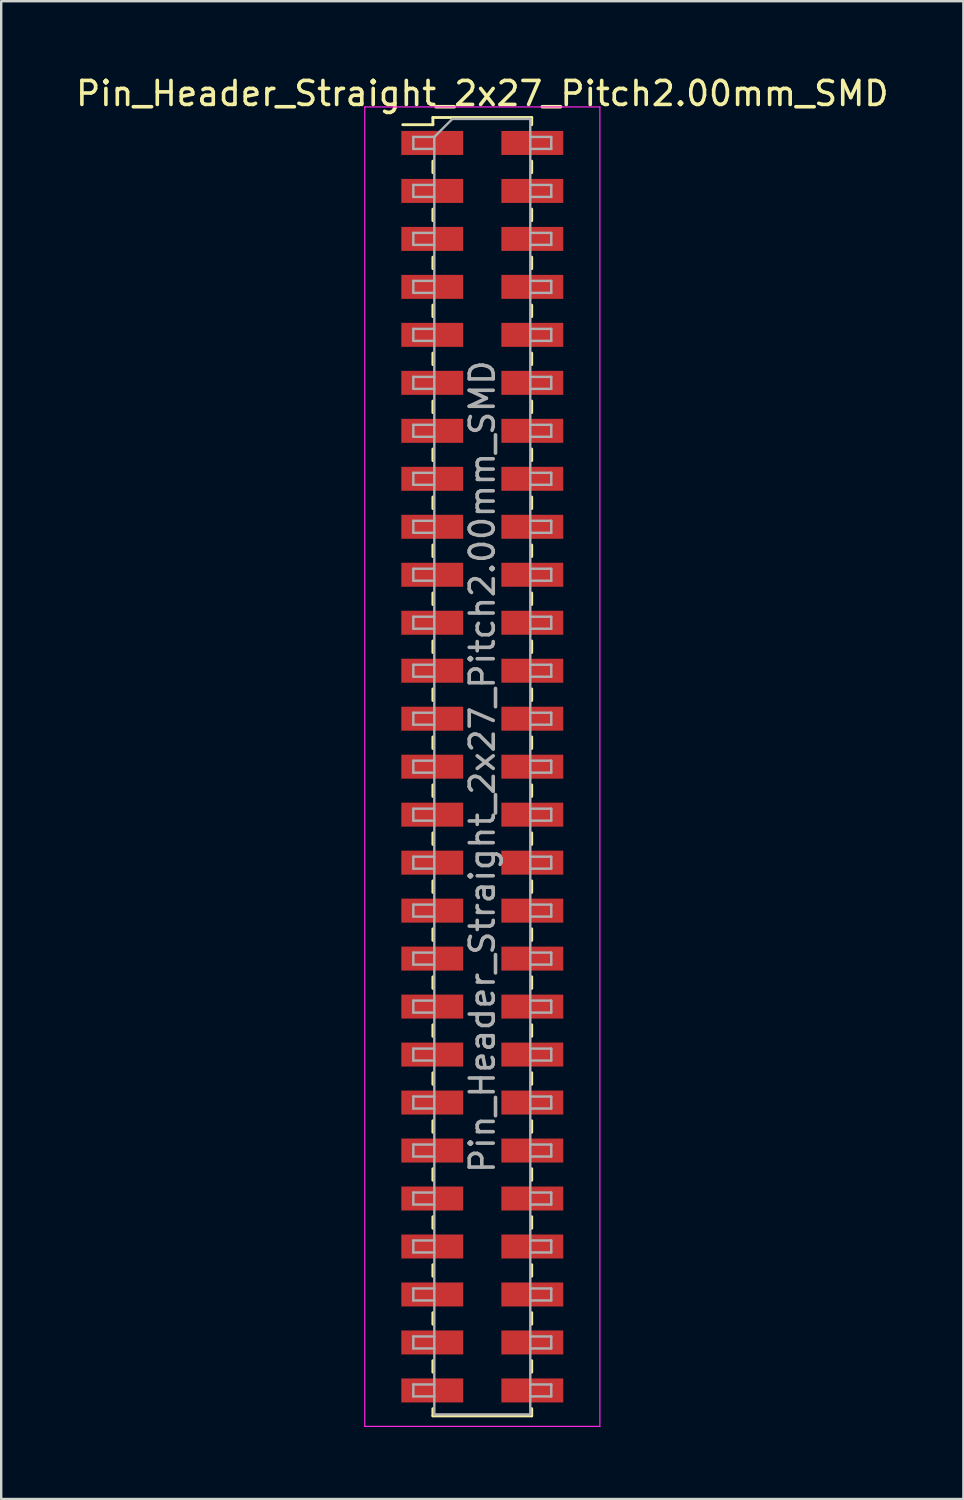
<source format=kicad_pcb>
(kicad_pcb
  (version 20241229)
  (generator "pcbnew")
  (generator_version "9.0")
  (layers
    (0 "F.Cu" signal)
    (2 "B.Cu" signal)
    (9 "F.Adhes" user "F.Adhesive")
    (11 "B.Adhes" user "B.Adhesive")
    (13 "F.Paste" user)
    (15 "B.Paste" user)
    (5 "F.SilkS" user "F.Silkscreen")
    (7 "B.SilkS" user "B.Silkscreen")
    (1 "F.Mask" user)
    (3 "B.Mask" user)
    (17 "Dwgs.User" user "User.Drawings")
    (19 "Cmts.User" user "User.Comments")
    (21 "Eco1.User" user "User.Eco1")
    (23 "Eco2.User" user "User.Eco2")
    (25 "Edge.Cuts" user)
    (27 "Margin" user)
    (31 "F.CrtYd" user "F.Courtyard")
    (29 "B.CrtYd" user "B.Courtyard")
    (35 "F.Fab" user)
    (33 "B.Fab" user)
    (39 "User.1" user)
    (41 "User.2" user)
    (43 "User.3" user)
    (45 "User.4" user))
  (footprint "Pin_Header_Straight_2x27_Pitch2.00mm_SMD"
    (layer "F.Cu")
    (at 17.054 28.908)
    (property "Reference" "Pin_Header_Straight_2x27_Pitch2.00mm_SMD" (at 0 -28.06 0) (layer "F.SilkS") (effects (font (size 1 1) (thickness 0.15))))
    (attr smd)
    (fp_line (start -3.315 -26.76) (end -2.06 -26.76) (stroke (width 0.12) (type solid)) (layer "F.SilkS"))
    (fp_line (start -2.06 -27.06) (end -2.06 -26.76) (stroke (width 0.12) (type solid)) (layer "F.SilkS"))
    (fp_line (start -2.06 -27.06) (end 2.06 -27.06) (stroke (width 0.12) (type solid)) (layer "F.SilkS"))
    (fp_line (start -2.06 -25.24) (end -2.06 -24.76) (stroke (width 0.12) (type solid)) (layer "F.SilkS"))
    (fp_line (start -2.06 -23.24) (end -2.06 -22.76) (stroke (width 0.12) (type solid)) (layer "F.SilkS"))
    (fp_line (start -2.06 -21.24) (end -2.06 -20.76) (stroke (width 0.12) (type solid)) (layer "F.SilkS"))
    (fp_line (start -2.06 -19.24) (end -2.06 -18.76) (stroke (width 0.12) (type solid)) (layer "F.SilkS"))
    (fp_line (start -2.06 -17.24) (end -2.06 -16.76) (stroke (width 0.12) (type solid)) (layer "F.SilkS"))
    (fp_line (start -2.06 -15.24) (end -2.06 -14.76) (stroke (width 0.12) (type solid)) (layer "F.SilkS"))
    (fp_line (start -2.06 -13.24) (end -2.06 -12.76) (stroke (width 0.12) (type solid)) (layer "F.SilkS"))
    (fp_line (start -2.06 -11.24) (end -2.06 -10.76) (stroke (width 0.12) (type solid)) (layer "F.SilkS"))
    (fp_line (start -2.06 -9.24) (end -2.06 -8.76) (stroke (width 0.12) (type solid)) (layer "F.SilkS"))
    (fp_line (start -2.06 -7.24) (end -2.06 -6.76) (stroke (width 0.12) (type solid)) (layer "F.SilkS"))
    (fp_line (start -2.06 -5.24) (end -2.06 -4.76) (stroke (width 0.12) (type solid)) (layer "F.SilkS"))
    (fp_line (start -2.06 -3.24) (end -2.06 -2.76) (stroke (width 0.12) (type solid)) (layer "F.SilkS"))
    (fp_line (start -2.06 -1.24) (end -2.06 -0.76) (stroke (width 0.12) (type solid)) (layer "F.SilkS"))
    (fp_line (start -2.06 0.76) (end -2.06 1.24) (stroke (width 0.12) (type solid)) (layer "F.SilkS"))
    (fp_line (start -2.06 2.76) (end -2.06 3.24) (stroke (width 0.12) (type solid)) (layer "F.SilkS"))
    (fp_line (start -2.06 4.76) (end -2.06 5.24) (stroke (width 0.12) (type solid)) (layer "F.SilkS"))
    (fp_line (start -2.06 6.76) (end -2.06 7.24) (stroke (width 0.12) (type solid)) (layer "F.SilkS"))
    (fp_line (start -2.06 8.76) (end -2.06 9.24) (stroke (width 0.12) (type solid)) (layer "F.SilkS"))
    (fp_line (start -2.06 10.76) (end -2.06 11.24) (stroke (width 0.12) (type solid)) (layer "F.SilkS"))
    (fp_line (start -2.06 12.76) (end -2.06 13.24) (stroke (width 0.12) (type solid)) (layer "F.SilkS"))
    (fp_line (start -2.06 14.76) (end -2.06 15.24) (stroke (width 0.12) (type solid)) (layer "F.SilkS"))
    (fp_line (start -2.06 16.76) (end -2.06 17.24) (stroke (width 0.12) (type solid)) (layer "F.SilkS"))
    (fp_line (start -2.06 18.76) (end -2.06 19.24) (stroke (width 0.12) (type solid)) (layer "F.SilkS"))
    (fp_line (start -2.06 20.76) (end -2.06 21.24) (stroke (width 0.12) (type solid)) (layer "F.SilkS"))
    (fp_line (start -2.06 22.76) (end -2.06 23.24) (stroke (width 0.12) (type solid)) (layer "F.SilkS"))
    (fp_line (start -2.06 24.76) (end -2.06 25.24) (stroke (width 0.12) (type solid)) (layer "F.SilkS"))
    (fp_line (start -2.06 26.76) (end -2.06 27.06) (stroke (width 0.12) (type solid)) (layer "F.SilkS"))
    (fp_line (start -2.06 27.06) (end 2.06 27.06) (stroke (width 0.12) (type solid)) (layer "F.SilkS"))
    (fp_line (start 2.06 -27.06) (end 2.06 -26.76) (stroke (width 0.12) (type solid)) (layer "F.SilkS"))
    (fp_line (start 2.06 -25.24) (end 2.06 -24.76) (stroke (width 0.12) (type solid)) (layer "F.SilkS"))
    (fp_line (start 2.06 -23.24) (end 2.06 -22.76) (stroke (width 0.12) (type solid)) (layer "F.SilkS"))
    (fp_line (start 2.06 -21.24) (end 2.06 -20.76) (stroke (width 0.12) (type solid)) (layer "F.SilkS"))
    (fp_line (start 2.06 -19.24) (end 2.06 -18.76) (stroke (width 0.12) (type solid)) (layer "F.SilkS"))
    (fp_line (start 2.06 -17.24) (end 2.06 -16.76) (stroke (width 0.12) (type solid)) (layer "F.SilkS"))
    (fp_line (start 2.06 -15.24) (end 2.06 -14.76) (stroke (width 0.12) (type solid)) (layer "F.SilkS"))
    (fp_line (start 2.06 -13.24) (end 2.06 -12.76) (stroke (width 0.12) (type solid)) (layer "F.SilkS"))
    (fp_line (start 2.06 -11.24) (end 2.06 -10.76) (stroke (width 0.12) (type solid)) (layer "F.SilkS"))
    (fp_line (start 2.06 -9.24) (end 2.06 -8.76) (stroke (width 0.12) (type solid)) (layer "F.SilkS"))
    (fp_line (start 2.06 -7.24) (end 2.06 -6.76) (stroke (width 0.12) (type solid)) (layer "F.SilkS"))
    (fp_line (start 2.06 -5.24) (end 2.06 -4.76) (stroke (width 0.12) (type solid)) (layer "F.SilkS"))
    (fp_line (start 2.06 -3.24) (end 2.06 -2.76) (stroke (width 0.12) (type solid)) (layer "F.SilkS"))
    (fp_line (start 2.06 -1.24) (end 2.06 -0.76) (stroke (width 0.12) (type solid)) (layer "F.SilkS"))
    (fp_line (start 2.06 0.76) (end 2.06 1.24) (stroke (width 0.12) (type solid)) (layer "F.SilkS"))
    (fp_line (start 2.06 2.76) (end 2.06 3.24) (stroke (width 0.12) (type solid)) (layer "F.SilkS"))
    (fp_line (start 2.06 4.76) (end 2.06 5.24) (stroke (width 0.12) (type solid)) (layer "F.SilkS"))
    (fp_line (start 2.06 6.76) (end 2.06 7.24) (stroke (width 0.12) (type solid)) (layer "F.SilkS"))
    (fp_line (start 2.06 8.76) (end 2.06 9.24) (stroke (width 0.12) (type solid)) (layer "F.SilkS"))
    (fp_line (start 2.06 10.76) (end 2.06 11.24) (stroke (width 0.12) (type solid)) (layer "F.SilkS"))
    (fp_line (start 2.06 12.76) (end 2.06 13.24) (stroke (width 0.12) (type solid)) (layer "F.SilkS"))
    (fp_line (start 2.06 14.76) (end 2.06 15.24) (stroke (width 0.12) (type solid)) (layer "F.SilkS"))
    (fp_line (start 2.06 16.76) (end 2.06 17.24) (stroke (width 0.12) (type solid)) (layer "F.SilkS"))
    (fp_line (start 2.06 18.76) (end 2.06 19.24) (stroke (width 0.12) (type solid)) (layer "F.SilkS"))
    (fp_line (start 2.06 20.76) (end 2.06 21.24) (stroke (width 0.12) (type solid)) (layer "F.SilkS"))
    (fp_line (start 2.06 22.76) (end 2.06 23.24) (stroke (width 0.12) (type solid)) (layer "F.SilkS"))
    (fp_line (start 2.06 24.76) (end 2.06 25.24) (stroke (width 0.12) (type solid)) (layer "F.SilkS"))
    (fp_line (start 2.06 26.76) (end 2.06 27.06) (stroke (width 0.12) (type solid)) (layer "F.SilkS"))
    (fp_line (start -4.9 -27.5) (end -4.9 27.5) (stroke (width 0.05) (type solid)) (layer "F.CrtYd"))
    (fp_line (start -4.9 27.5) (end 4.9 27.5) (stroke (width 0.05) (type solid)) (layer "F.CrtYd"))
    (fp_line (start 4.9 -27.5) (end -4.9 -27.5) (stroke (width 0.05) (type solid)) (layer "F.CrtYd"))
    (fp_line (start 4.9 27.5) (end 4.9 -27.5) (stroke (width 0.05) (type solid)) (layer "F.CrtYd"))
    (fp_line (start -2.875 -26.25) (end -2.875 -25.75) (stroke (width 0.1) (type solid)) (layer "F.Fab"))
    (fp_line (start -2.875 -25.75) (end -2 -25.75) (stroke (width 0.1) (type solid)) (layer "F.Fab"))
    (fp_line (start -2.875 -24.25) (end -2.875 -23.75) (stroke (width 0.1) (type solid)) (layer "F.Fab"))
    (fp_line (start -2.875 -23.75) (end -2 -23.75) (stroke (width 0.1) (type solid)) (layer "F.Fab"))
    (fp_line (start -2.875 -22.25) (end -2.875 -21.75) (stroke (width 0.1) (type solid)) (layer "F.Fab"))
    (fp_line (start -2.875 -21.75) (end -2 -21.75) (stroke (width 0.1) (type solid)) (layer "F.Fab"))
    (fp_line (start -2.875 -20.25) (end -2.875 -19.75) (stroke (width 0.1) (type solid)) (layer "F.Fab"))
    (fp_line (start -2.875 -19.75) (end -2 -19.75) (stroke (width 0.1) (type solid)) (layer "F.Fab"))
    (fp_line (start -2.875 -18.25) (end -2.875 -17.75) (stroke (width 0.1) (type solid)) (layer "F.Fab"))
    (fp_line (start -2.875 -17.75) (end -2 -17.75) (stroke (width 0.1) (type solid)) (layer "F.Fab"))
    (fp_line (start -2.875 -16.25) (end -2.875 -15.75) (stroke (width 0.1) (type solid)) (layer "F.Fab"))
    (fp_line (start -2.875 -15.75) (end -2 -15.75) (stroke (width 0.1) (type solid)) (layer "F.Fab"))
    (fp_line (start -2.875 -14.25) (end -2.875 -13.75) (stroke (width 0.1) (type solid)) (layer "F.Fab"))
    (fp_line (start -2.875 -13.75) (end -2 -13.75) (stroke (width 0.1) (type solid)) (layer "F.Fab"))
    (fp_line (start -2.875 -12.25) (end -2.875 -11.75) (stroke (width 0.1) (type solid)) (layer "F.Fab"))
    (fp_line (start -2.875 -11.75) (end -2 -11.75) (stroke (width 0.1) (type solid)) (layer "F.Fab"))
    (fp_line (start -2.875 -10.25) (end -2.875 -9.75) (stroke (width 0.1) (type solid)) (layer "F.Fab"))
    (fp_line (start -2.875 -9.75) (end -2 -9.75) (stroke (width 0.1) (type solid)) (layer "F.Fab"))
    (fp_line (start -2.875 -8.25) (end -2.875 -7.75) (stroke (width 0.1) (type solid)) (layer "F.Fab"))
    (fp_line (start -2.875 -7.75) (end -2 -7.75) (stroke (width 0.1) (type solid)) (layer "F.Fab"))
    (fp_line (start -2.875 -6.25) (end -2.875 -5.75) (stroke (width 0.1) (type solid)) (layer "F.Fab"))
    (fp_line (start -2.875 -5.75) (end -2 -5.75) (stroke (width 0.1) (type solid)) (layer "F.Fab"))
    (fp_line (start -2.875 -4.25) (end -2.875 -3.75) (stroke (width 0.1) (type solid)) (layer "F.Fab"))
    (fp_line (start -2.875 -3.75) (end -2 -3.75) (stroke (width 0.1) (type solid)) (layer "F.Fab"))
    (fp_line (start -2.875 -2.25) (end -2.875 -1.75) (stroke (width 0.1) (type solid)) (layer "F.Fab"))
    (fp_line (start -2.875 -1.75) (end -2 -1.75) (stroke (width 0.1) (type solid)) (layer "F.Fab"))
    (fp_line (start -2.875 -0.25) (end -2.875 0.25) (stroke (width 0.1) (type solid)) (layer "F.Fab"))
    (fp_line (start -2.875 0.25) (end -2 0.25) (stroke (width 0.1) (type solid)) (layer "F.Fab"))
    (fp_line (start -2.875 1.75) (end -2.875 2.25) (stroke (width 0.1) (type solid)) (layer "F.Fab"))
    (fp_line (start -2.875 2.25) (end -2 2.25) (stroke (width 0.1) (type solid)) (layer "F.Fab"))
    (fp_line (start -2.875 3.75) (end -2.875 4.25) (stroke (width 0.1) (type solid)) (layer "F.Fab"))
    (fp_line (start -2.875 4.25) (end -2 4.25) (stroke (width 0.1) (type solid)) (layer "F.Fab"))
    (fp_line (start -2.875 5.75) (end -2.875 6.25) (stroke (width 0.1) (type solid)) (layer "F.Fab"))
    (fp_line (start -2.875 6.25) (end -2 6.25) (stroke (width 0.1) (type solid)) (layer "F.Fab"))
    (fp_line (start -2.875 7.75) (end -2.875 8.25) (stroke (width 0.1) (type solid)) (layer "F.Fab"))
    (fp_line (start -2.875 8.25) (end -2 8.25) (stroke (width 0.1) (type solid)) (layer "F.Fab"))
    (fp_line (start -2.875 9.75) (end -2.875 10.25) (stroke (width 0.1) (type solid)) (layer "F.Fab"))
    (fp_line (start -2.875 10.25) (end -2 10.25) (stroke (width 0.1) (type solid)) (layer "F.Fab"))
    (fp_line (start -2.875 11.75) (end -2.875 12.25) (stroke (width 0.1) (type solid)) (layer "F.Fab"))
    (fp_line (start -2.875 12.25) (end -2 12.25) (stroke (width 0.1) (type solid)) (layer "F.Fab"))
    (fp_line (start -2.875 13.75) (end -2.875 14.25) (stroke (width 0.1) (type solid)) (layer "F.Fab"))
    (fp_line (start -2.875 14.25) (end -2 14.25) (stroke (width 0.1) (type solid)) (layer "F.Fab"))
    (fp_line (start -2.875 15.75) (end -2.875 16.25) (stroke (width 0.1) (type solid)) (layer "F.Fab"))
    (fp_line (start -2.875 16.25) (end -2 16.25) (stroke (width 0.1) (type solid)) (layer "F.Fab"))
    (fp_line (start -2.875 17.75) (end -2.875 18.25) (stroke (width 0.1) (type solid)) (layer "F.Fab"))
    (fp_line (start -2.875 18.25) (end -2 18.25) (stroke (width 0.1) (type solid)) (layer "F.Fab"))
    (fp_line (start -2.875 19.75) (end -2.875 20.25) (stroke (width 0.1) (type solid)) (layer "F.Fab"))
    (fp_line (start -2.875 20.25) (end -2 20.25) (stroke (width 0.1) (type solid)) (layer "F.Fab"))
    (fp_line (start -2.875 21.75) (end -2.875 22.25) (stroke (width 0.1) (type solid)) (layer "F.Fab"))
    (fp_line (start -2.875 22.25) (end -2 22.25) (stroke (width 0.1) (type solid)) (layer "F.Fab"))
    (fp_line (start -2.875 23.75) (end -2.875 24.25) (stroke (width 0.1) (type solid)) (layer "F.Fab"))
    (fp_line (start -2.875 24.25) (end -2 24.25) (stroke (width 0.1) (type solid)) (layer "F.Fab"))
    (fp_line (start -2.875 25.75) (end -2.875 26.25) (stroke (width 0.1) (type solid)) (layer "F.Fab"))
    (fp_line (start -2.875 26.25) (end -2 26.25) (stroke (width 0.1) (type solid)) (layer "F.Fab"))
    (fp_line (start -2 -26.25) (end -2.875 -26.25) (stroke (width 0.1) (type solid)) (layer "F.Fab"))
    (fp_line (start -2 -26.25) (end -1.25 -27) (stroke (width 0.1) (type solid)) (layer "F.Fab"))
    (fp_line (start -2 -24.25) (end -2.875 -24.25) (stroke (width 0.1) (type solid)) (layer "F.Fab"))
    (fp_line (start -2 -22.25) (end -2.875 -22.25) (stroke (width 0.1) (type solid)) (layer "F.Fab"))
    (fp_line (start -2 -20.25) (end -2.875 -20.25) (stroke (width 0.1) (type solid)) (layer "F.Fab"))
    (fp_line (start -2 -18.25) (end -2.875 -18.25) (stroke (width 0.1) (type solid)) (layer "F.Fab"))
    (fp_line (start -2 -16.25) (end -2.875 -16.25) (stroke (width 0.1) (type solid)) (layer "F.Fab"))
    (fp_line (start -2 -14.25) (end -2.875 -14.25) (stroke (width 0.1) (type solid)) (layer "F.Fab"))
    (fp_line (start -2 -12.25) (end -2.875 -12.25) (stroke (width 0.1) (type solid)) (layer "F.Fab"))
    (fp_line (start -2 -10.25) (end -2.875 -10.25) (stroke (width 0.1) (type solid)) (layer "F.Fab"))
    (fp_line (start -2 -8.25) (end -2.875 -8.25) (stroke (width 0.1) (type solid)) (layer "F.Fab"))
    (fp_line (start -2 -6.25) (end -2.875 -6.25) (stroke (width 0.1) (type solid)) (layer "F.Fab"))
    (fp_line (start -2 -4.25) (end -2.875 -4.25) (stroke (width 0.1) (type solid)) (layer "F.Fab"))
    (fp_line (start -2 -2.25) (end -2.875 -2.25) (stroke (width 0.1) (type solid)) (layer "F.Fab"))
    (fp_line (start -2 -0.25) (end -2.875 -0.25) (stroke (width 0.1) (type solid)) (layer "F.Fab"))
    (fp_line (start -2 1.75) (end -2.875 1.75) (stroke (width 0.1) (type solid)) (layer "F.Fab"))
    (fp_line (start -2 3.75) (end -2.875 3.75) (stroke (width 0.1) (type solid)) (layer "F.Fab"))
    (fp_line (start -2 5.75) (end -2.875 5.75) (stroke (width 0.1) (type solid)) (layer "F.Fab"))
    (fp_line (start -2 7.75) (end -2.875 7.75) (stroke (width 0.1) (type solid)) (layer "F.Fab"))
    (fp_line (start -2 9.75) (end -2.875 9.75) (stroke (width 0.1) (type solid)) (layer "F.Fab"))
    (fp_line (start -2 11.75) (end -2.875 11.75) (stroke (width 0.1) (type solid)) (layer "F.Fab"))
    (fp_line (start -2 13.75) (end -2.875 13.75) (stroke (width 0.1) (type solid)) (layer "F.Fab"))
    (fp_line (start -2 15.75) (end -2.875 15.75) (stroke (width 0.1) (type solid)) (layer "F.Fab"))
    (fp_line (start -2 17.75) (end -2.875 17.75) (stroke (width 0.1) (type solid)) (layer "F.Fab"))
    (fp_line (start -2 19.75) (end -2.875 19.75) (stroke (width 0.1) (type solid)) (layer "F.Fab"))
    (fp_line (start -2 21.75) (end -2.875 21.75) (stroke (width 0.1) (type solid)) (layer "F.Fab"))
    (fp_line (start -2 23.75) (end -2.875 23.75) (stroke (width 0.1) (type solid)) (layer "F.Fab"))
    (fp_line (start -2 25.75) (end -2.875 25.75) (stroke (width 0.1) (type solid)) (layer "F.Fab"))
    (fp_line (start -2 27) (end -2 -26.25) (stroke (width 0.1) (type solid)) (layer "F.Fab"))
    (fp_line (start -1.25 -27) (end 2 -27) (stroke (width 0.1) (type solid)) (layer "F.Fab"))
    (fp_line (start 2 -27) (end 2 27) (stroke (width 0.1) (type solid)) (layer "F.Fab"))
    (fp_line (start 2 -26.25) (end 2.875 -26.25) (stroke (width 0.1) (type solid)) (layer "F.Fab"))
    (fp_line (start 2 -24.25) (end 2.875 -24.25) (stroke (width 0.1) (type solid)) (layer "F.Fab"))
    (fp_line (start 2 -22.25) (end 2.875 -22.25) (stroke (width 0.1) (type solid)) (layer "F.Fab"))
    (fp_line (start 2 -20.25) (end 2.875 -20.25) (stroke (width 0.1) (type solid)) (layer "F.Fab"))
    (fp_line (start 2 -18.25) (end 2.875 -18.25) (stroke (width 0.1) (type solid)) (layer "F.Fab"))
    (fp_line (start 2 -16.25) (end 2.875 -16.25) (stroke (width 0.1) (type solid)) (layer "F.Fab"))
    (fp_line (start 2 -14.25) (end 2.875 -14.25) (stroke (width 0.1) (type solid)) (layer "F.Fab"))
    (fp_line (start 2 -12.25) (end 2.875 -12.25) (stroke (width 0.1) (type solid)) (layer "F.Fab"))
    (fp_line (start 2 -10.25) (end 2.875 -10.25) (stroke (width 0.1) (type solid)) (layer "F.Fab"))
    (fp_line (start 2 -8.25) (end 2.875 -8.25) (stroke (width 0.1) (type solid)) (layer "F.Fab"))
    (fp_line (start 2 -6.25) (end 2.875 -6.25) (stroke (width 0.1) (type solid)) (layer "F.Fab"))
    (fp_line (start 2 -4.25) (end 2.875 -4.25) (stroke (width 0.1) (type solid)) (layer "F.Fab"))
    (fp_line (start 2 -2.25) (end 2.875 -2.25) (stroke (width 0.1) (type solid)) (layer "F.Fab"))
    (fp_line (start 2 -0.25) (end 2.875 -0.25) (stroke (width 0.1) (type solid)) (layer "F.Fab"))
    (fp_line (start 2 1.75) (end 2.875 1.75) (stroke (width 0.1) (type solid)) (layer "F.Fab"))
    (fp_line (start 2 3.75) (end 2.875 3.75) (stroke (width 0.1) (type solid)) (layer "F.Fab"))
    (fp_line (start 2 5.75) (end 2.875 5.75) (stroke (width 0.1) (type solid)) (layer "F.Fab"))
    (fp_line (start 2 7.75) (end 2.875 7.75) (stroke (width 0.1) (type solid)) (layer "F.Fab"))
    (fp_line (start 2 9.75) (end 2.875 9.75) (stroke (width 0.1) (type solid)) (layer "F.Fab"))
    (fp_line (start 2 11.75) (end 2.875 11.75) (stroke (width 0.1) (type solid)) (layer "F.Fab"))
    (fp_line (start 2 13.75) (end 2.875 13.75) (stroke (width 0.1) (type solid)) (layer "F.Fab"))
    (fp_line (start 2 15.75) (end 2.875 15.75) (stroke (width 0.1) (type solid)) (layer "F.Fab"))
    (fp_line (start 2 17.75) (end 2.875 17.75) (stroke (width 0.1) (type solid)) (layer "F.Fab"))
    (fp_line (start 2 19.75) (end 2.875 19.75) (stroke (width 0.1) (type solid)) (layer "F.Fab"))
    (fp_line (start 2 21.75) (end 2.875 21.75) (stroke (width 0.1) (type solid)) (layer "F.Fab"))
    (fp_line (start 2 23.75) (end 2.875 23.75) (stroke (width 0.1) (type solid)) (layer "F.Fab"))
    (fp_line (start 2 25.75) (end 2.875 25.75) (stroke (width 0.1) (type solid)) (layer "F.Fab"))
    (fp_line (start 2 27) (end -2 27) (stroke (width 0.1) (type solid)) (layer "F.Fab"))
    (fp_line (start 2.875 -26.25) (end 2.875 -25.75) (stroke (width 0.1) (type solid)) (layer "F.Fab"))
    (fp_line (start 2.875 -25.75) (end 2 -25.75) (stroke (width 0.1) (type solid)) (layer "F.Fab"))
    (fp_line (start 2.875 -24.25) (end 2.875 -23.75) (stroke (width 0.1) (type solid)) (layer "F.Fab"))
    (fp_line (start 2.875 -23.75) (end 2 -23.75) (stroke (width 0.1) (type solid)) (layer "F.Fab"))
    (fp_line (start 2.875 -22.25) (end 2.875 -21.75) (stroke (width 0.1) (type solid)) (layer "F.Fab"))
    (fp_line (start 2.875 -21.75) (end 2 -21.75) (stroke (width 0.1) (type solid)) (layer "F.Fab"))
    (fp_line (start 2.875 -20.25) (end 2.875 -19.75) (stroke (width 0.1) (type solid)) (layer "F.Fab"))
    (fp_line (start 2.875 -19.75) (end 2 -19.75) (stroke (width 0.1) (type solid)) (layer "F.Fab"))
    (fp_line (start 2.875 -18.25) (end 2.875 -17.75) (stroke (width 0.1) (type solid)) (layer "F.Fab"))
    (fp_line (start 2.875 -17.75) (end 2 -17.75) (stroke (width 0.1) (type solid)) (layer "F.Fab"))
    (fp_line (start 2.875 -16.25) (end 2.875 -15.75) (stroke (width 0.1) (type solid)) (layer "F.Fab"))
    (fp_line (start 2.875 -15.75) (end 2 -15.75) (stroke (width 0.1) (type solid)) (layer "F.Fab"))
    (fp_line (start 2.875 -14.25) (end 2.875 -13.75) (stroke (width 0.1) (type solid)) (layer "F.Fab"))
    (fp_line (start 2.875 -13.75) (end 2 -13.75) (stroke (width 0.1) (type solid)) (layer "F.Fab"))
    (fp_line (start 2.875 -12.25) (end 2.875 -11.75) (stroke (width 0.1) (type solid)) (layer "F.Fab"))
    (fp_line (start 2.875 -11.75) (end 2 -11.75) (stroke (width 0.1) (type solid)) (layer "F.Fab"))
    (fp_line (start 2.875 -10.25) (end 2.875 -9.75) (stroke (width 0.1) (type solid)) (layer "F.Fab"))
    (fp_line (start 2.875 -9.75) (end 2 -9.75) (stroke (width 0.1) (type solid)) (layer "F.Fab"))
    (fp_line (start 2.875 -8.25) (end 2.875 -7.75) (stroke (width 0.1) (type solid)) (layer "F.Fab"))
    (fp_line (start 2.875 -7.75) (end 2 -7.75) (stroke (width 0.1) (type solid)) (layer "F.Fab"))
    (fp_line (start 2.875 -6.25) (end 2.875 -5.75) (stroke (width 0.1) (type solid)) (layer "F.Fab"))
    (fp_line (start 2.875 -5.75) (end 2 -5.75) (stroke (width 0.1) (type solid)) (layer "F.Fab"))
    (fp_line (start 2.875 -4.25) (end 2.875 -3.75) (stroke (width 0.1) (type solid)) (layer "F.Fab"))
    (fp_line (start 2.875 -3.75) (end 2 -3.75) (stroke (width 0.1) (type solid)) (layer "F.Fab"))
    (fp_line (start 2.875 -2.25) (end 2.875 -1.75) (stroke (width 0.1) (type solid)) (layer "F.Fab"))
    (fp_line (start 2.875 -1.75) (end 2 -1.75) (stroke (width 0.1) (type solid)) (layer "F.Fab"))
    (fp_line (start 2.875 -0.25) (end 2.875 0.25) (stroke (width 0.1) (type solid)) (layer "F.Fab"))
    (fp_line (start 2.875 0.25) (end 2 0.25) (stroke (width 0.1) (type solid)) (layer "F.Fab"))
    (fp_line (start 2.875 1.75) (end 2.875 2.25) (stroke (width 0.1) (type solid)) (layer "F.Fab"))
    (fp_line (start 2.875 2.25) (end 2 2.25) (stroke (width 0.1) (type solid)) (layer "F.Fab"))
    (fp_line (start 2.875 3.75) (end 2.875 4.25) (stroke (width 0.1) (type solid)) (layer "F.Fab"))
    (fp_line (start 2.875 4.25) (end 2 4.25) (stroke (width 0.1) (type solid)) (layer "F.Fab"))
    (fp_line (start 2.875 5.75) (end 2.875 6.25) (stroke (width 0.1) (type solid)) (layer "F.Fab"))
    (fp_line (start 2.875 6.25) (end 2 6.25) (stroke (width 0.1) (type solid)) (layer "F.Fab"))
    (fp_line (start 2.875 7.75) (end 2.875 8.25) (stroke (width 0.1) (type solid)) (layer "F.Fab"))
    (fp_line (start 2.875 8.25) (end 2 8.25) (stroke (width 0.1) (type solid)) (layer "F.Fab"))
    (fp_line (start 2.875 9.75) (end 2.875 10.25) (stroke (width 0.1) (type solid)) (layer "F.Fab"))
    (fp_line (start 2.875 10.25) (end 2 10.25) (stroke (width 0.1) (type solid)) (layer "F.Fab"))
    (fp_line (start 2.875 11.75) (end 2.875 12.25) (stroke (width 0.1) (type solid)) (layer "F.Fab"))
    (fp_line (start 2.875 12.25) (end 2 12.25) (stroke (width 0.1) (type solid)) (layer "F.Fab"))
    (fp_line (start 2.875 13.75) (end 2.875 14.25) (stroke (width 0.1) (type solid)) (layer "F.Fab"))
    (fp_line (start 2.875 14.25) (end 2 14.25) (stroke (width 0.1) (type solid)) (layer "F.Fab"))
    (fp_line (start 2.875 15.75) (end 2.875 16.25) (stroke (width 0.1) (type solid)) (layer "F.Fab"))
    (fp_line (start 2.875 16.25) (end 2 16.25) (stroke (width 0.1) (type solid)) (layer "F.Fab"))
    (fp_line (start 2.875 17.75) (end 2.875 18.25) (stroke (width 0.1) (type solid)) (layer "F.Fab"))
    (fp_line (start 2.875 18.25) (end 2 18.25) (stroke (width 0.1) (type solid)) (layer "F.Fab"))
    (fp_line (start 2.875 19.75) (end 2.875 20.25) (stroke (width 0.1) (type solid)) (layer "F.Fab"))
    (fp_line (start 2.875 20.25) (end 2 20.25) (stroke (width 0.1) (type solid)) (layer "F.Fab"))
    (fp_line (start 2.875 21.75) (end 2.875 22.25) (stroke (width 0.1) (type solid)) (layer "F.Fab"))
    (fp_line (start 2.875 22.25) (end 2 22.25) (stroke (width 0.1) (type solid)) (layer "F.Fab"))
    (fp_line (start 2.875 23.75) (end 2.875 24.25) (stroke (width 0.1) (type solid)) (layer "F.Fab"))
    (fp_line (start 2.875 24.25) (end 2 24.25) (stroke (width 0.1) (type solid)) (layer "F.Fab"))
    (fp_line (start 2.875 25.75) (end 2.875 26.25) (stroke (width 0.1) (type solid)) (layer "F.Fab"))
    (fp_line (start 2.875 26.25) (end 2 26.25) (stroke (width 0.1) (type solid)) (layer "F.Fab"))
    (fp_text user "${REFERENCE}" (at 0 0 90) (layer "F.Fab") (effects (font (size 1 1) (thickness 0.15))))
    (pad "1" smd rect (at -2.085 -26) (size 2.58 1) (layers "F.Cu" "F.Mask" "F.Paste"))
    (pad "2" smd rect (at 2.085 -26) (size 2.58 1) (layers "F.Cu" "F.Mask" "F.Paste"))
    (pad "3" smd rect (at -2.085 -24) (size 2.58 1) (layers "F.Cu" "F.Mask" "F.Paste"))
    (pad "4" smd rect (at 2.085 -24) (size 2.58 1) (layers "F.Cu" "F.Mask" "F.Paste"))
    (pad "5" smd rect (at -2.085 -22) (size 2.58 1) (layers "F.Cu" "F.Mask" "F.Paste"))
    (pad "6" smd rect (at 2.085 -22) (size 2.58 1) (layers "F.Cu" "F.Mask" "F.Paste"))
    (pad "7" smd rect (at -2.085 -20) (size 2.58 1) (layers "F.Cu" "F.Mask" "F.Paste"))
    (pad "8" smd rect (at 2.085 -20) (size 2.58 1) (layers "F.Cu" "F.Mask" "F.Paste"))
    (pad "9" smd rect (at -2.085 -18) (size 2.58 1) (layers "F.Cu" "F.Mask" "F.Paste"))
    (pad "10" smd rect (at 2.085 -18) (size 2.58 1) (layers "F.Cu" "F.Mask" "F.Paste"))
    (pad "11" smd rect (at -2.085 -16) (size 2.58 1) (layers "F.Cu" "F.Mask" "F.Paste"))
    (pad "12" smd rect (at 2.085 -16) (size 2.58 1) (layers "F.Cu" "F.Mask" "F.Paste"))
    (pad "13" smd rect (at -2.085 -14) (size 2.58 1) (layers "F.Cu" "F.Mask" "F.Paste"))
    (pad "14" smd rect (at 2.085 -14) (size 2.58 1) (layers "F.Cu" "F.Mask" "F.Paste"))
    (pad "15" smd rect (at -2.085 -12) (size 2.58 1) (layers "F.Cu" "F.Mask" "F.Paste"))
    (pad "16" smd rect (at 2.085 -12) (size 2.58 1) (layers "F.Cu" "F.Mask" "F.Paste"))
    (pad "17" smd rect (at -2.085 -10) (size 2.58 1) (layers "F.Cu" "F.Mask" "F.Paste"))
    (pad "18" smd rect (at 2.085 -10) (size 2.58 1) (layers "F.Cu" "F.Mask" "F.Paste"))
    (pad "19" smd rect (at -2.085 -8) (size 2.58 1) (layers "F.Cu" "F.Mask" "F.Paste"))
    (pad "20" smd rect (at 2.085 -8) (size 2.58 1) (layers "F.Cu" "F.Mask" "F.Paste"))
    (pad "21" smd rect (at -2.085 -6) (size 2.58 1) (layers "F.Cu" "F.Mask" "F.Paste"))
    (pad "22" smd rect (at 2.085 -6) (size 2.58 1) (layers "F.Cu" "F.Mask" "F.Paste"))
    (pad "23" smd rect (at -2.085 -4) (size 2.58 1) (layers "F.Cu" "F.Mask" "F.Paste"))
    (pad "24" smd rect (at 2.085 -4) (size 2.58 1) (layers "F.Cu" "F.Mask" "F.Paste"))
    (pad "25" smd rect (at -2.085 -2) (size 2.58 1) (layers "F.Cu" "F.Mask" "F.Paste"))
    (pad "26" smd rect (at 2.085 -2) (size 2.58 1) (layers "F.Cu" "F.Mask" "F.Paste"))
    (pad "27" smd rect (at -2.085 0) (size 2.58 1) (layers "F.Cu" "F.Mask" "F.Paste"))
    (pad "28" smd rect (at 2.085 0) (size 2.58 1) (layers "F.Cu" "F.Mask" "F.Paste"))
    (pad "29" smd rect (at -2.085 2) (size 2.58 1) (layers "F.Cu" "F.Mask" "F.Paste"))
    (pad "30" smd rect (at 2.085 2) (size 2.58 1) (layers "F.Cu" "F.Mask" "F.Paste"))
    (pad "31" smd rect (at -2.085 4) (size 2.58 1) (layers "F.Cu" "F.Mask" "F.Paste"))
    (pad "32" smd rect (at 2.085 4) (size 2.58 1) (layers "F.Cu" "F.Mask" "F.Paste"))
    (pad "33" smd rect (at -2.085 6) (size 2.58 1) (layers "F.Cu" "F.Mask" "F.Paste"))
    (pad "34" smd rect (at 2.085 6) (size 2.58 1) (layers "F.Cu" "F.Mask" "F.Paste"))
    (pad "35" smd rect (at -2.085 8) (size 2.58 1) (layers "F.Cu" "F.Mask" "F.Paste"))
    (pad "36" smd rect (at 2.085 8) (size 2.58 1) (layers "F.Cu" "F.Mask" "F.Paste"))
    (pad "37" smd rect (at -2.085 10) (size 2.58 1) (layers "F.Cu" "F.Mask" "F.Paste"))
    (pad "38" smd rect (at 2.085 10) (size 2.58 1) (layers "F.Cu" "F.Mask" "F.Paste"))
    (pad "39" smd rect (at -2.085 12) (size 2.58 1) (layers "F.Cu" "F.Mask" "F.Paste"))
    (pad "40" smd rect (at 2.085 12) (size 2.58 1) (layers "F.Cu" "F.Mask" "F.Paste"))
    (pad "41" smd rect (at -2.085 14) (size 2.58 1) (layers "F.Cu" "F.Mask" "F.Paste"))
    (pad "42" smd rect (at 2.085 14) (size 2.58 1) (layers "F.Cu" "F.Mask" "F.Paste"))
    (pad "43" smd rect (at -2.085 16) (size 2.58 1) (layers "F.Cu" "F.Mask" "F.Paste"))
    (pad "44" smd rect (at 2.085 16) (size 2.58 1) (layers "F.Cu" "F.Mask" "F.Paste"))
    (pad "45" smd rect (at -2.085 18) (size 2.58 1) (layers "F.Cu" "F.Mask" "F.Paste"))
    (pad "46" smd rect (at 2.085 18) (size 2.58 1) (layers "F.Cu" "F.Mask" "F.Paste"))
    (pad "47" smd rect (at -2.085 20) (size 2.58 1) (layers "F.Cu" "F.Mask" "F.Paste"))
    (pad "48" smd rect (at 2.085 20) (size 2.58 1) (layers "F.Cu" "F.Mask" "F.Paste"))
    (pad "49" smd rect (at -2.085 22) (size 2.58 1) (layers "F.Cu" "F.Mask" "F.Paste"))
    (pad "50" smd rect (at 2.085 22) (size 2.58 1) (layers "F.Cu" "F.Mask" "F.Paste"))
    (pad "51" smd rect (at -2.085 24) (size 2.58 1) (layers "F.Cu" "F.Mask" "F.Paste"))
    (pad "52" smd rect (at 2.085 24) (size 2.58 1) (layers "F.Cu" "F.Mask" "F.Paste"))
    (pad "53" smd rect (at -2.085 26) (size 2.58 1) (layers "F.Cu" "F.Mask" "F.Paste"))
    (pad "54" smd rect (at 2.085 26) (size 2.58 1) (layers "F.Cu" "F.Mask" "F.Paste")))
  (gr_rect
    (start -3 -3)
    (end 37.107 59.433)
    (stroke (width 0.1) (type default))
    (fill no)
    (layer "Edge.Cuts")))
</source>
